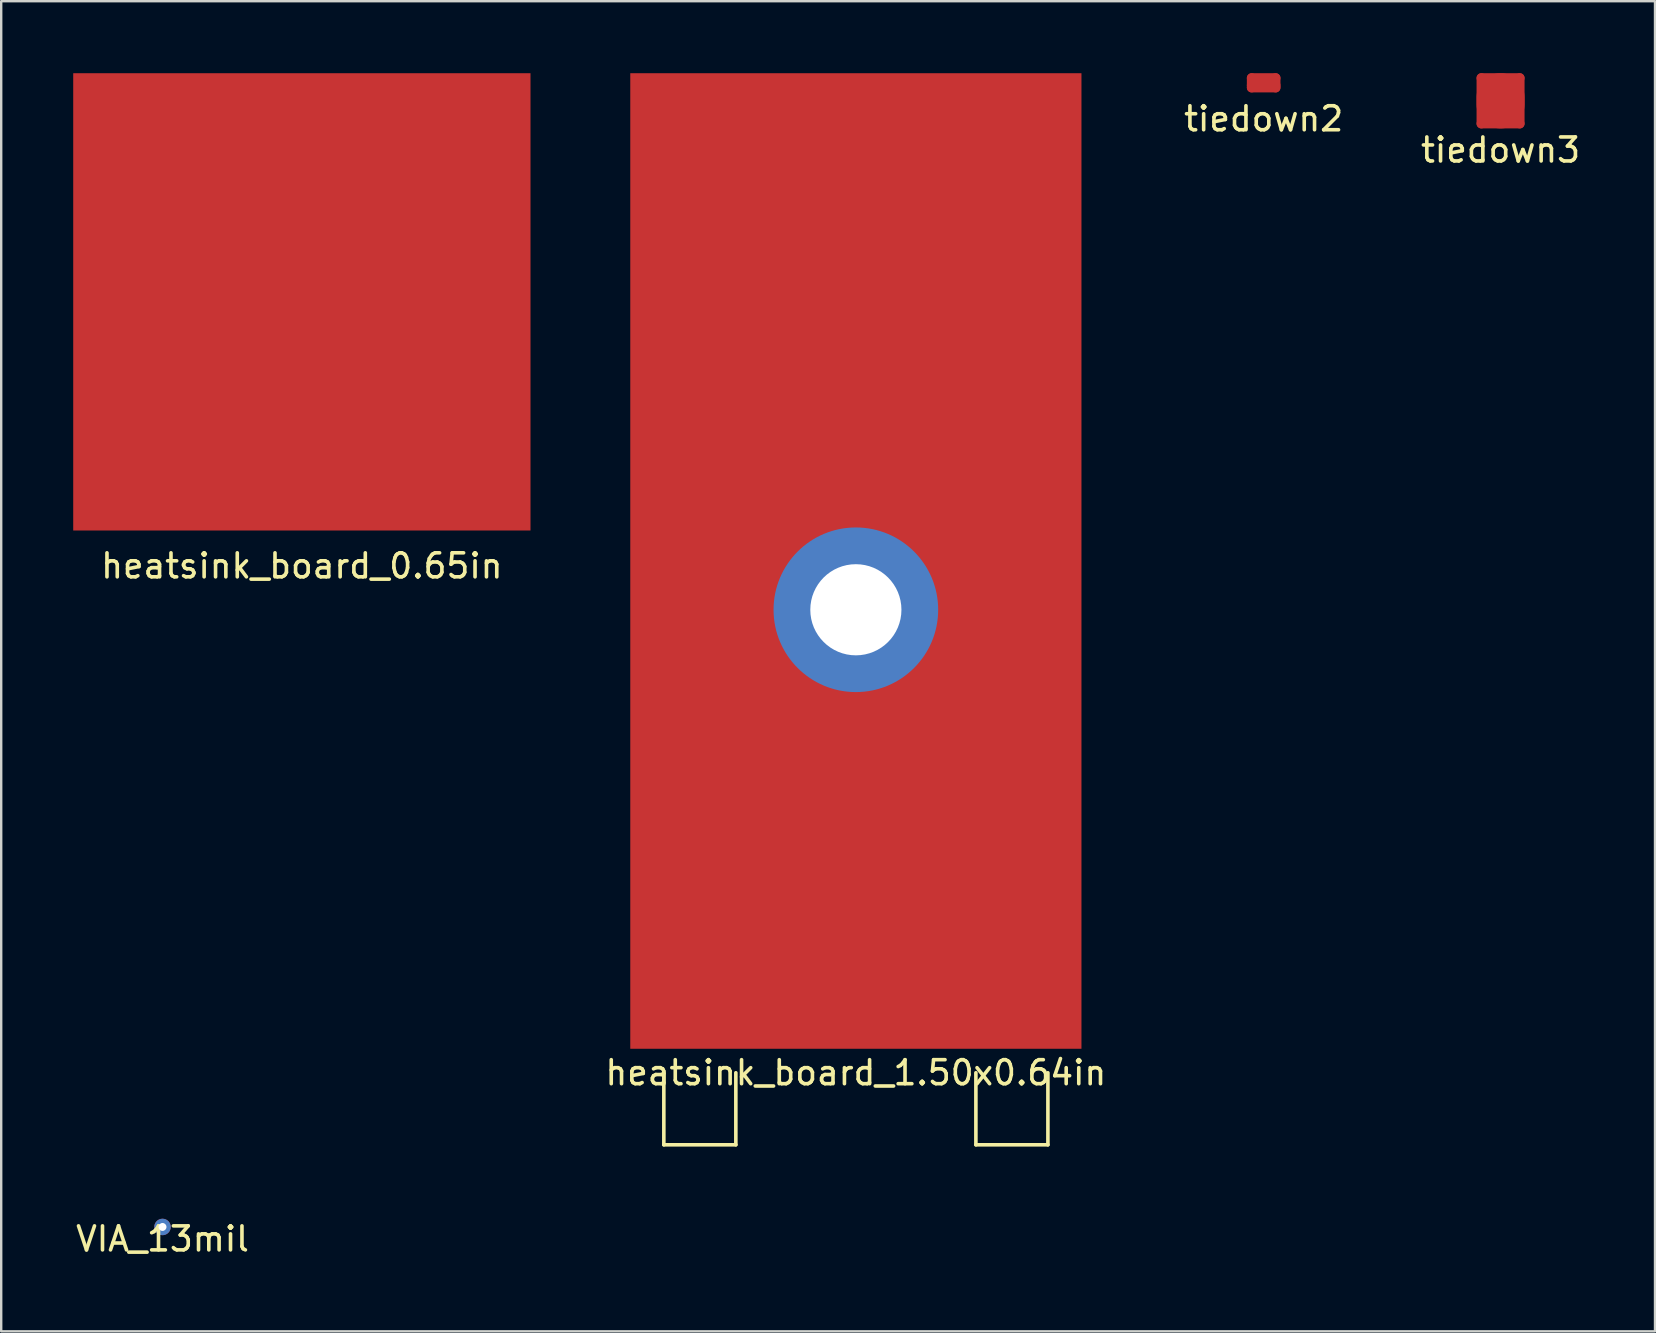
<source format=kicad_pcb>
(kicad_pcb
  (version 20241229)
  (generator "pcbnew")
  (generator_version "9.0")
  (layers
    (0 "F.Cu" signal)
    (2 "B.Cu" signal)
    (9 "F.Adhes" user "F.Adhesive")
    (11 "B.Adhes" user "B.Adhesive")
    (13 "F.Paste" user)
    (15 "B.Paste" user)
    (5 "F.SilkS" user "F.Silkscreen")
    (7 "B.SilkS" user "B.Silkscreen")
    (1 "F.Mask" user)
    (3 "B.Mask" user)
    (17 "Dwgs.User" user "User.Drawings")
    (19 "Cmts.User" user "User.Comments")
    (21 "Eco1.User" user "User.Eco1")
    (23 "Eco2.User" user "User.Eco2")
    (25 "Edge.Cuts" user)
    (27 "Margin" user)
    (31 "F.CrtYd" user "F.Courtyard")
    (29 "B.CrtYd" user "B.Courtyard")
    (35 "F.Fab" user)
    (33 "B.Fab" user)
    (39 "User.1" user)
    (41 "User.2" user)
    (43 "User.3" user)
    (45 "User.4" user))
  (footprint "heatsink_board_1.50x0.64in"
    (layer "F.Cu")
    (at 32.604 40.64)
    (property "Reference" "heatsink_board_1.50x0.64in" (at 0 1 0) (layer "F.SilkS") (effects (font (size 1 1) (thickness 0.15))))
    (attr through_hole)
    (fp_line (start -8 1) (end -8 4) (stroke (width 0.15) (type solid)) (layer "F.SilkS"))
    (fp_line (start -8 4) (end -5 4) (stroke (width 0.15) (type solid)) (layer "F.SilkS"))
    (fp_line (start -5 4) (end -5 1) (stroke (width 0.15) (type solid)) (layer "F.SilkS"))
    (fp_line (start 5 4) (end 5 1) (stroke (width 0.15) (type solid)) (layer "F.SilkS"))
    (fp_line (start 8 1) (end 8 4) (stroke (width 0.15) (type solid)) (layer "F.SilkS"))
    (fp_line (start 8 4) (end 5 4) (stroke (width 0.15) (type solid)) (layer "F.SilkS"))
    (pad "1" connect rect (at 0 -20.32) (size 18.796 40.64) (layers "F.Cu" "F.Mask"))
    (pad "1" thru_hole circle (at 0 -18.288) (size 6.858 6.858) (drill 3.797) (layers "*.Cu" "*.Mask")))
  (footprint "VIA_13mil"
    (layer "F.Cu")
    (at 3.72 48.063)
    (property "Reference" "VIA_13mil" (at 0 0.5 0) (layer "F.SilkS") (effects (font (size 1 1) (thickness 0.15))))
    (attr through_hole)
    (pad "1" thru_hole circle (at 0 0) (size 0.686 0.686) (drill 0.33) (layers "*.Cu")))
  (footprint "tiedown2"
    (layer "F.Cu")
    (at 49.592 0.9)
    (property "Reference" "tiedown2" (at 0 1 0) (layer "F.SilkS") (effects (font (size 1 1) (thickness 0.15))))
    (attr through_hole)
    (fp_line (start -0.5 -0.7) (end -0.5 -0.3) (stroke (width 0.4) (type solid)) (layer "F.Cu"))
    (fp_line (start -0.5 -0.7) (end 0.5 -0.7) (stroke (width 0.4) (type solid)) (layer "F.Cu"))
    (fp_line (start -0.5 -0.4) (end 0.5 -0.4) (stroke (width 0.4) (type solid)) (layer "F.Cu"))
    (fp_line (start -0.5 -0.3) (end 0.5 -0.3) (stroke (width 0.4) (type solid)) (layer "F.Cu"))
    (fp_line (start 0.5 -0.3) (end 0.5 -0.7) (stroke (width 0.4) (type solid)) (layer "F.Cu"))
    (pad "1" smd rect (at -0.25 -0.5) (size 0.45 0.45) (layers "F.Cu"))
    (pad "2" smd rect (at 0.25 -0.5) (size 0.45 0.45) (layers "F.Cu")))
  (footprint "heatsink_board_0.65in"
    (layer "F.Cu")
    (at 9.525 9.525)
    (property "Reference" "heatsink_board_0.65in" (at 0 11 0) (layer "F.SilkS") (effects (font (size 1 1) (thickness 0.15))))
    (attr through_hole)
    (pad "1" connect rect (at 0 0) (size 19.05 19.05) (layers "F.Cu" "F.Mask")))
  (footprint "tiedown3"
    (layer "F.Cu")
    (at 59.461 1.2)
    (property "Reference" "tiedown3" (at 0 2 0) (layer "F.SilkS") (effects (font (size 1 1) (thickness 0.15))))
    (attr through_hole)
    (fp_line (start -0.8 -1) (end -0.8 0.9) (stroke (width 0.4) (type solid)) (layer "F.Cu"))
    (fp_line (start -0.8 0.9) (end 0.8 0.9) (stroke (width 0.4) (type solid)) (layer "F.Cu"))
    (fp_line (start 0 0.1) (end 0 -0.2) (stroke (width 2) (type solid)) (layer "F.Cu"))
    (fp_line (start 0.8 -1) (end -0.8 -1) (stroke (width 0.4) (type solid)) (layer "F.Cu"))
    (fp_line (start 0.8 0.9) (end 0.8 -1) (stroke (width 0.4) (type solid)) (layer "F.Cu"))
    (pad "1" smd rect (at -0.5 -0.5) (size 0.5 0.5) (layers "F.Cu"))
    (pad "2" smd rect (at 0 0.5) (size 0.5 0.5) (layers "F.Cu"))
    (pad "3" smd rect (at 0.5 -0.5) (size 0.5 0.5) (layers "F.Cu")))
  (gr_rect
    (start -3 -3)
    (end 65.895 52.411)
    (stroke (width 0.1) (type default))
    (fill no)
    (layer "Edge.Cuts")))
</source>
